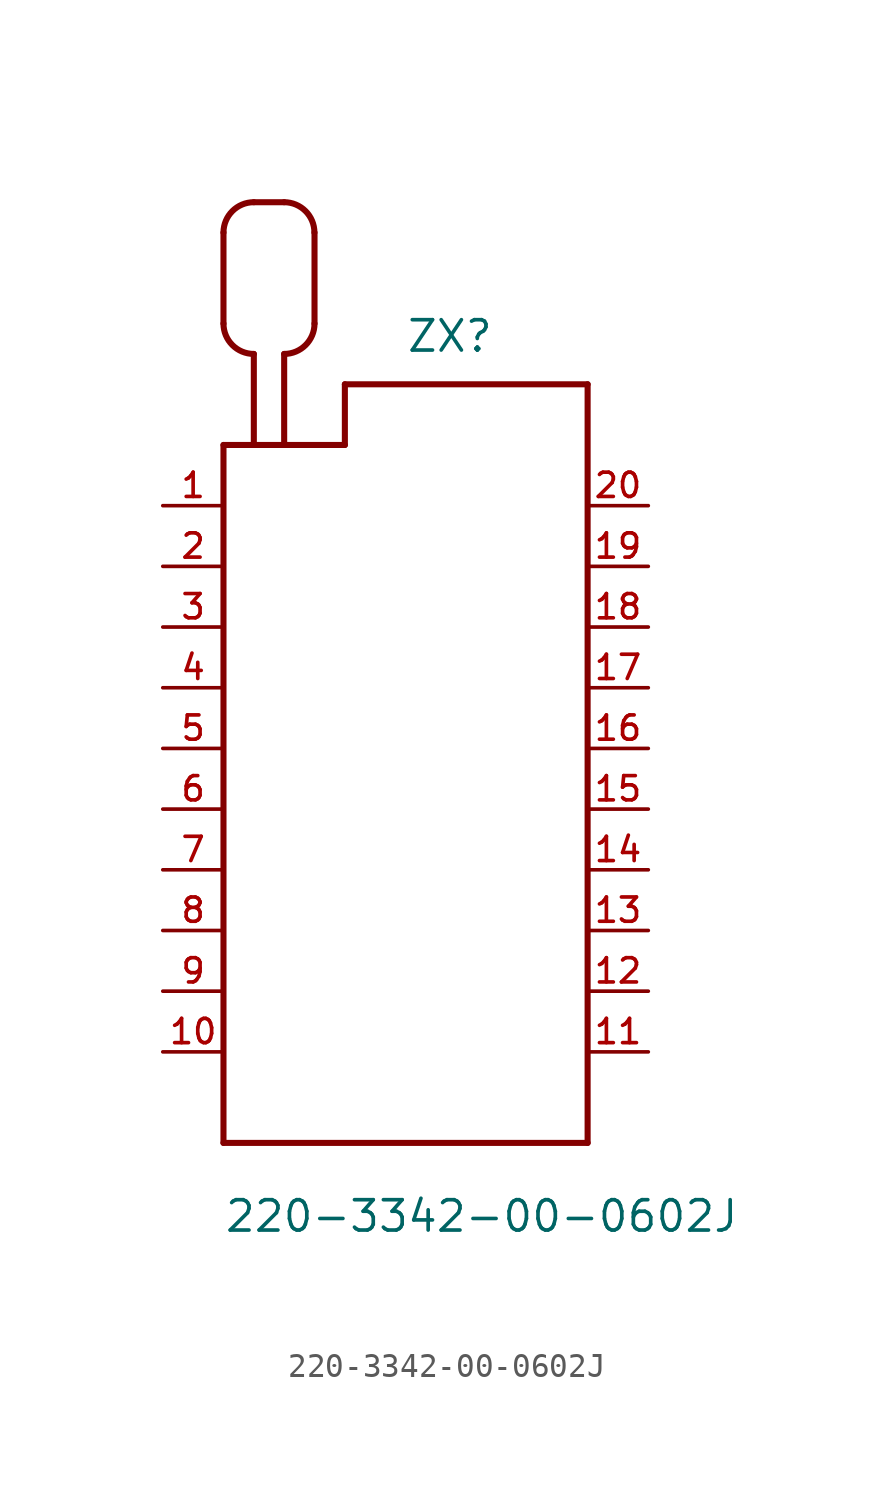
<source format=kicad_sym>
(kicad_symbol_lib
  (version 20220914)
  (generator kicad_symbol_editor)
  (symbol "220-3342-00-0602J"
    (pin_names
      (offset 1.016))
    (property "Reference" "ZX"
      (at 0 16.51 0)
      (effects (font (size 1.27 1.27)) (justify left bottom)))
    (property "Value" "220-3342-00-0602J"
      (at -7.62 -20.32 0)
      (effects (font (size 1.27 1.27)) (justify left bottom)))
    (symbol "220-3342-00-0602J_0_0"
      (arc (start -7.62 17.78) (mid -7.248 16.882) (end -6.35 16.51) (stroke (width 0.254) (type default)) (fill (type none)))
      (arc (start -6.35 22.86) (mid -7.248 22.488) (end -7.62 21.59) (stroke (width 0.254) (type default)) (fill (type none)))
      (arc (start -5.08 16.51) (mid -4.182 16.882) (end -3.81 17.78) (stroke (width 0.254) (type default)) (fill (type none)))
      (arc (start -3.81 21.59) (mid -4.182 22.488) (end -5.08 22.86) (stroke (width 0.254) (type default)) (fill (type none)))
      (polyline (pts (xy -7.62 -16.51) (xy 7.62 -16.51)) (stroke (width 0.254) (type default)) (fill (type none)))
      (polyline (pts (xy -7.62 12.7) (xy -7.62 -16.51)) (stroke (width 0.254) (type default)) (fill (type none)))
      (polyline (pts (xy -7.62 17.78) (xy -7.62 21.59)) (stroke (width 0.254) (type default)) (fill (type none)))
      (polyline (pts (xy -6.35 12.7) (xy -7.62 12.7)) (stroke (width 0.254) (type default)) (fill (type none)))
      (polyline (pts (xy -6.35 12.7) (xy -6.35 16.51)) (stroke (width 0.254) (type default)) (fill (type none)))
      (polyline (pts (xy -6.35 22.86) (xy -5.08 22.86)) (stroke (width 0.254) (type default)) (fill (type none)))
      (polyline (pts (xy -5.08 12.7) (xy -6.35 12.7)) (stroke (width 0.254) (type default)) (fill (type none)))
      (polyline (pts (xy -5.08 16.51) (xy -5.08 12.7)) (stroke (width 0.254) (type default)) (fill (type none)))
      (polyline (pts (xy -3.81 21.59) (xy -3.81 17.78)) (stroke (width 0.254) (type default)) (fill (type none)))
      (polyline (pts (xy -2.54 12.7) (xy -5.08 12.7)) (stroke (width 0.254) (type default)) (fill (type none)))
      (polyline (pts (xy -2.54 15.24) (xy -2.54 12.7)) (stroke (width 0.254) (type default)) (fill (type none)))
      (polyline (pts (xy 7.62 -16.51) (xy 7.62 15.24)) (stroke (width 0.254) (type default)) (fill (type none)))
      (polyline (pts (xy 7.62 15.24) (xy -2.54 15.24)) (stroke (width 0.254) (type default)) (fill (type none)))
      (pin passive line (at -10.16 10.16 0) (length 2.54) (name "~" (effects (font (size 1.016 1.016)))) (number "1" (effects (font (size 1.016 1.016)))))
      (pin passive line (at -10.16 -12.7 0) (length 2.54) (name "~" (effects (font (size 1.016 1.016)))) (number "10" (effects (font (size 1.016 1.016)))))
      (pin passive line (at 10.16 -12.7 180) (length 2.54) (name "~" (effects (font (size 1.016 1.016)))) (number "11" (effects (font (size 1.016 1.016)))))
      (pin passive line (at 10.16 -10.16 180) (length 2.54) (name "~" (effects (font (size 1.016 1.016)))) (number "12" (effects (font (size 1.016 1.016)))))
      (pin passive line (at 10.16 -7.62 180) (length 2.54) (name "~" (effects (font (size 1.016 1.016)))) (number "13" (effects (font (size 1.016 1.016)))))
      (pin passive line (at 10.16 -5.08 180) (length 2.54) (name "~" (effects (font (size 1.016 1.016)))) (number "14" (effects (font (size 1.016 1.016)))))
      (pin passive line (at 10.16 -2.54 180) (length 2.54) (name "~" (effects (font (size 1.016 1.016)))) (number "15" (effects (font (size 1.016 1.016)))))
      (pin passive line (at 10.16 0 180) (length 2.54) (name "~" (effects (font (size 1.016 1.016)))) (number "16" (effects (font (size 1.016 1.016)))))
      (pin passive line (at 10.16 2.54 180) (length 2.54) (name "~" (effects (font (size 1.016 1.016)))) (number "17" (effects (font (size 1.016 1.016)))))
      (pin passive line (at 10.16 5.08 180) (length 2.54) (name "~" (effects (font (size 1.016 1.016)))) (number "18" (effects (font (size 1.016 1.016)))))
      (pin passive line (at 10.16 7.62 180) (length 2.54) (name "~" (effects (font (size 1.016 1.016)))) (number "19" (effects (font (size 1.016 1.016)))))
      (pin passive line (at -10.16 7.62 0) (length 2.54) (name "~" (effects (font (size 1.016 1.016)))) (number "2" (effects (font (size 1.016 1.016)))))
      (pin passive line (at 10.16 10.16 180) (length 2.54) (name "~" (effects (font (size 1.016 1.016)))) (number "20" (effects (font (size 1.016 1.016)))))
      (pin passive line (at -10.16 5.08 0) (length 2.54) (name "~" (effects (font (size 1.016 1.016)))) (number "3" (effects (font (size 1.016 1.016)))))
      (pin passive line (at -10.16 2.54 0) (length 2.54) (name "~" (effects (font (size 1.016 1.016)))) (number "4" (effects (font (size 1.016 1.016)))))
      (pin passive line (at -10.16 0 0) (length 2.54) (name "~" (effects (font (size 1.016 1.016)))) (number "5" (effects (font (size 1.016 1.016)))))
      (pin passive line (at -10.16 -2.54 0) (length 2.54) (name "~" (effects (font (size 1.016 1.016)))) (number "6" (effects (font (size 1.016 1.016)))))
      (pin passive line (at -10.16 -5.08 0) (length 2.54) (name "~" (effects (font (size 1.016 1.016)))) (number "7" (effects (font (size 1.016 1.016)))))
      (pin passive line (at -10.16 -7.62 0) (length 2.54) (name "~" (effects (font (size 1.016 1.016)))) (number "8" (effects (font (size 1.016 1.016)))))
      (pin passive line (at -10.16 -10.16 0) (length 2.54) (name "~" (effects (font (size 1.016 1.016)))) (number "9" (effects (font (size 1.016 1.016))))))))
</source>
